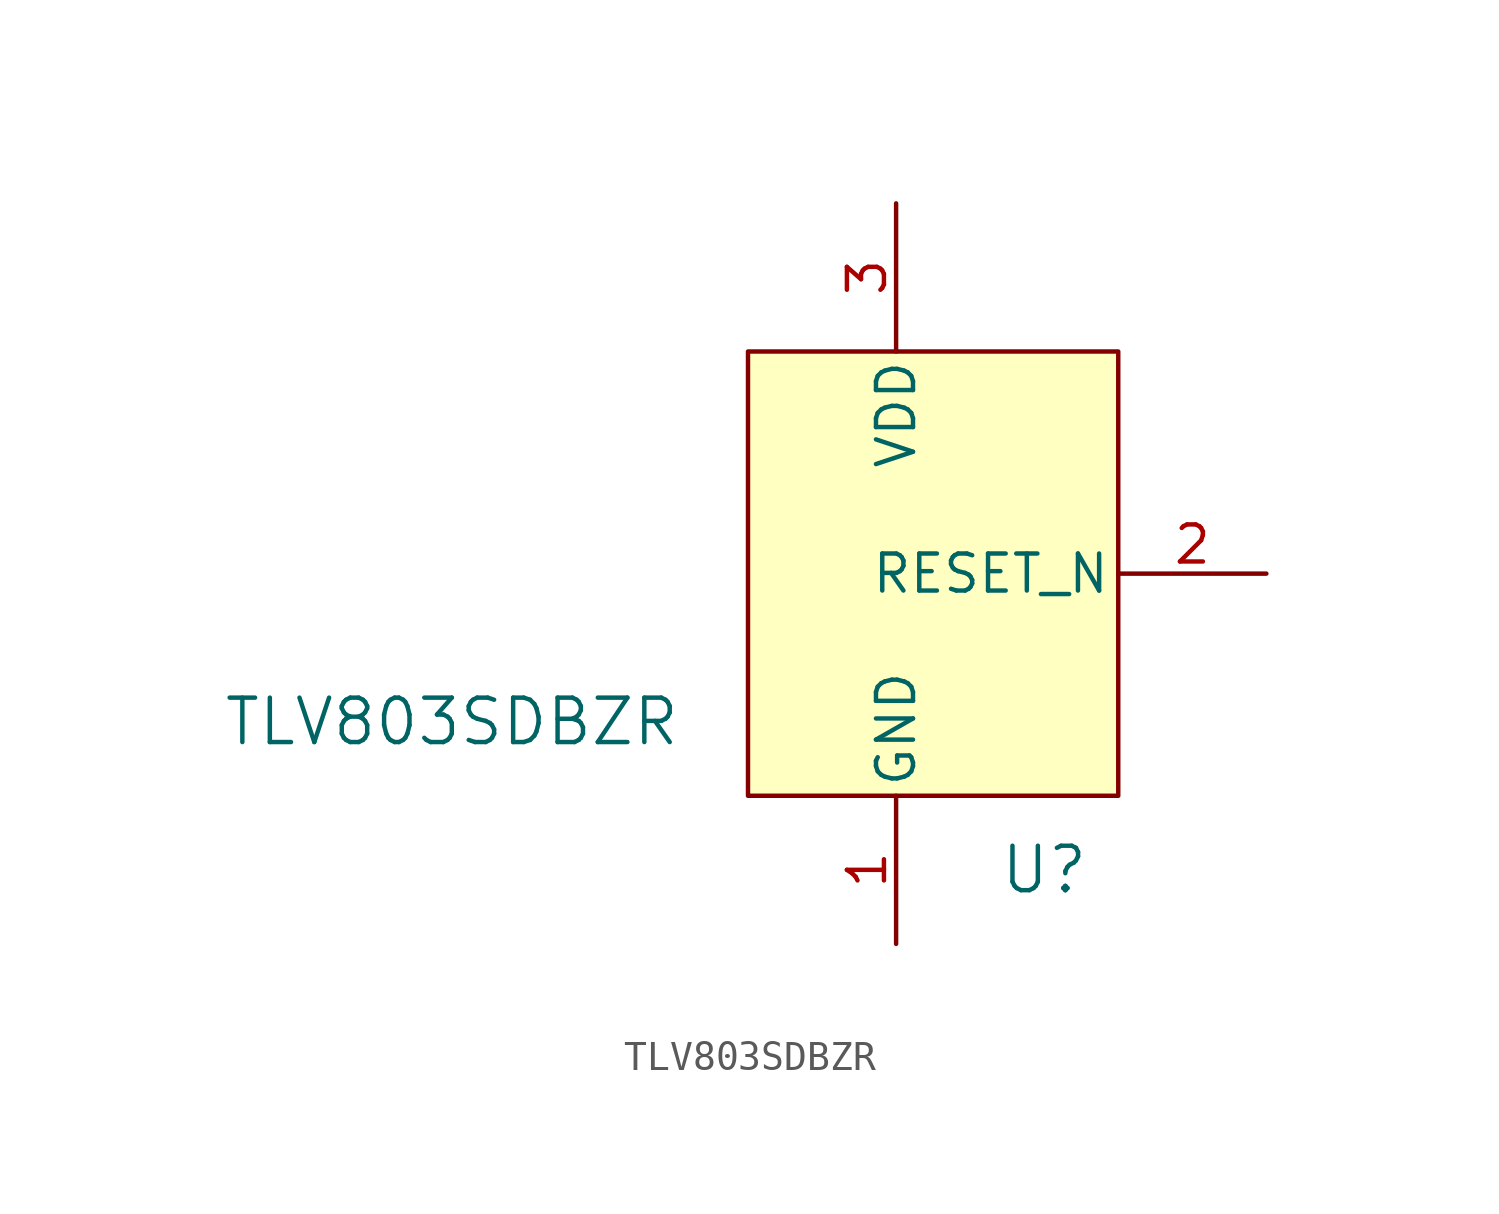
<source format=kicad_sym>
(kicad_symbol_lib
  (version 20231120)
  (generator "kicad_symbol_editor")
  (generator_version "8.0")
  (symbol "TLV803SDBZR"
    (pin_names
      (offset 0.254))
    (property "Reference" "U"
      (at 5.08 -10.16 0)
      (effects (font (size 1.524 1.524))))
    (property "Value" "TLV803SDBZR"
      (at -15.24 -5.08 0)
      (effects (font (size 1.524 1.524))))
    (property "ki_locked" ""
      (at 0 0 0)
      (effects (font (size 1.27 1.27))))
    (symbol "TLV803SDBZR_0_1"
      (pin power_in line (at 0 -12.7 90) (length 5.08) (name "GND" (effects (font (size 1.27 1.27)))) (number "1" (effects (font (size 1.27 1.27)))))
      (pin open_collector line (at 12.7 0 180) (length 5.08) (name "RESET_N" (effects (font (size 1.27 1.27)))) (number "2" (effects (font (size 1.27 1.27)))))
      (pin power_in line (at 0 12.7 270) (length 5.08) (name "VDD" (effects (font (size 1.27 1.27)))) (number "3" (effects (font (size 1.27 1.27))))))
    (symbol "TLV803SDBZR_1_1"
      (rectangle (start -5.08 7.62) (end 7.62 -7.62) (stroke (width 0) (type default)) (fill (type background))))))
</source>
